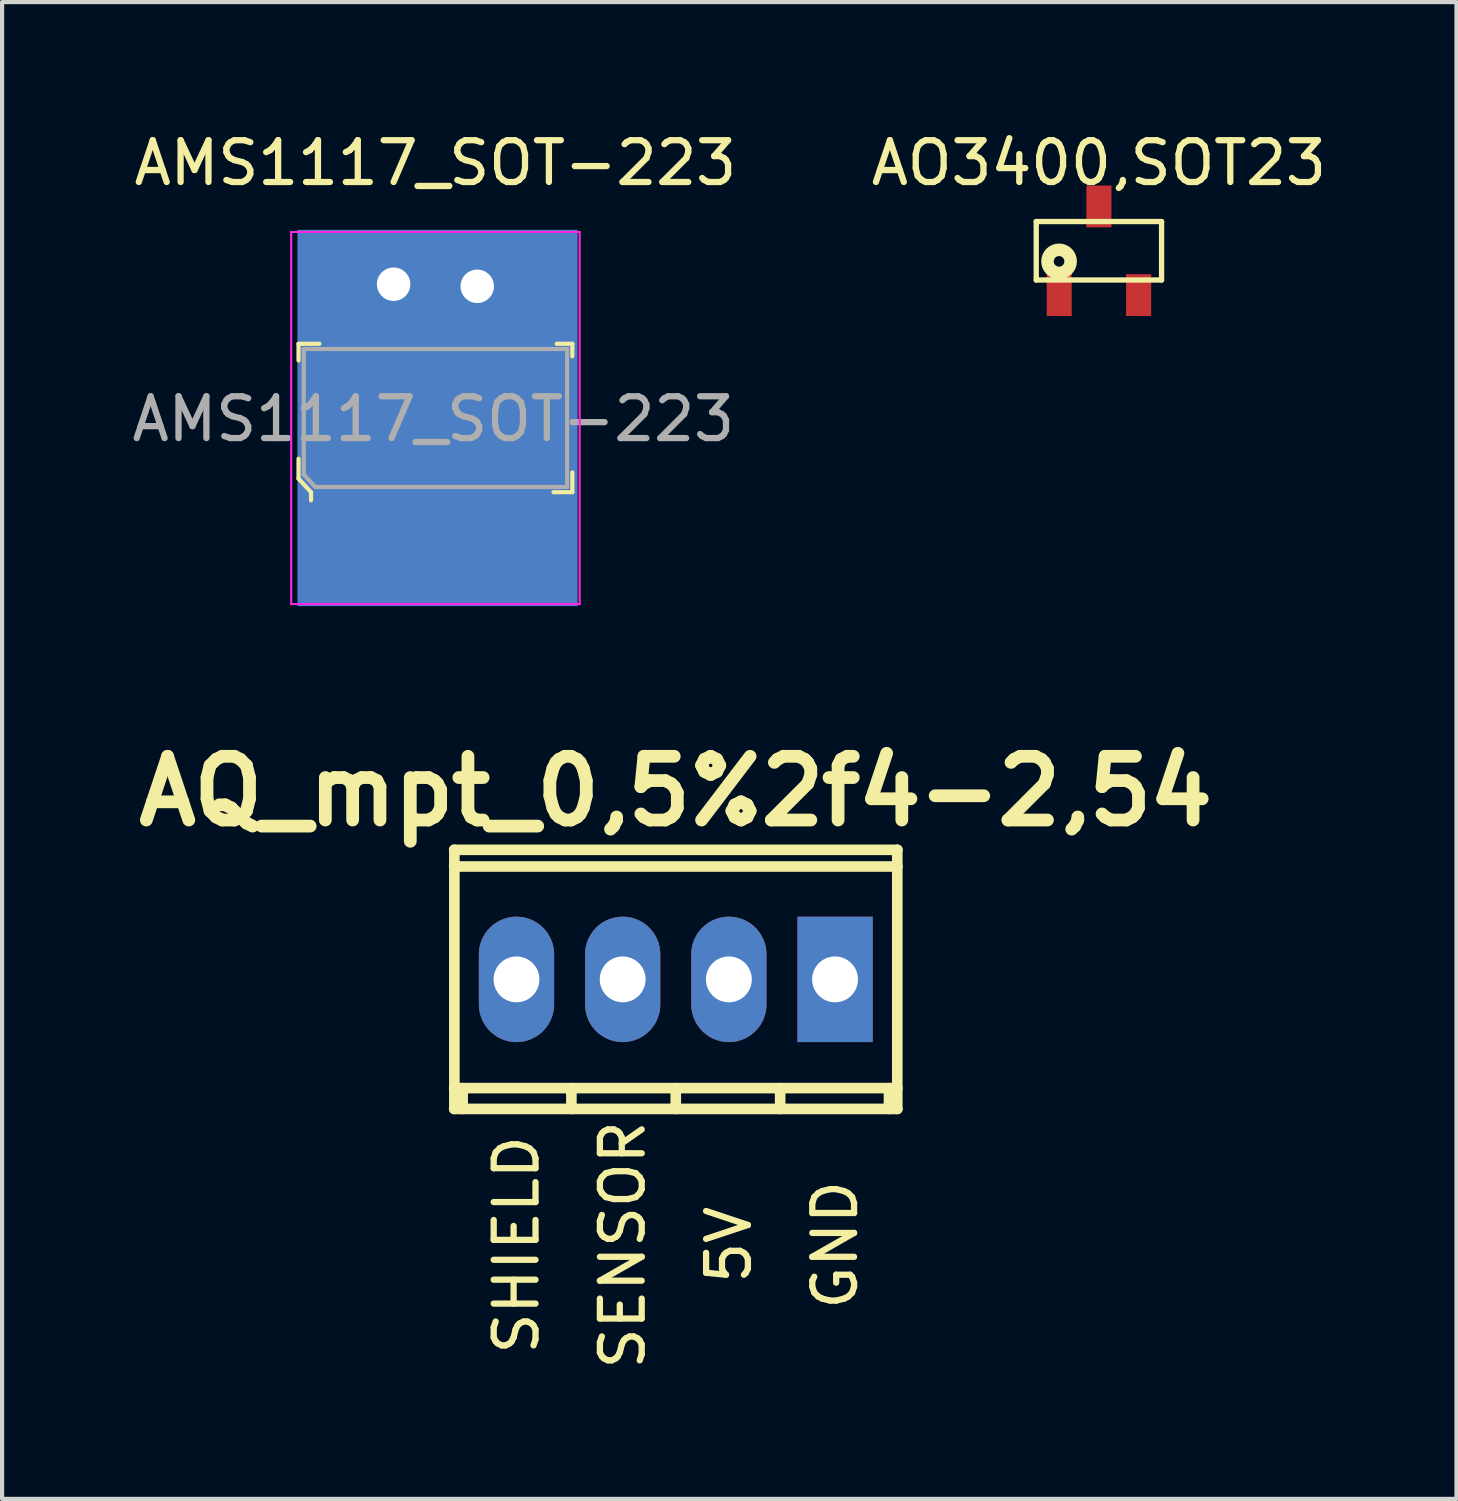
<source format=kicad_pcb>
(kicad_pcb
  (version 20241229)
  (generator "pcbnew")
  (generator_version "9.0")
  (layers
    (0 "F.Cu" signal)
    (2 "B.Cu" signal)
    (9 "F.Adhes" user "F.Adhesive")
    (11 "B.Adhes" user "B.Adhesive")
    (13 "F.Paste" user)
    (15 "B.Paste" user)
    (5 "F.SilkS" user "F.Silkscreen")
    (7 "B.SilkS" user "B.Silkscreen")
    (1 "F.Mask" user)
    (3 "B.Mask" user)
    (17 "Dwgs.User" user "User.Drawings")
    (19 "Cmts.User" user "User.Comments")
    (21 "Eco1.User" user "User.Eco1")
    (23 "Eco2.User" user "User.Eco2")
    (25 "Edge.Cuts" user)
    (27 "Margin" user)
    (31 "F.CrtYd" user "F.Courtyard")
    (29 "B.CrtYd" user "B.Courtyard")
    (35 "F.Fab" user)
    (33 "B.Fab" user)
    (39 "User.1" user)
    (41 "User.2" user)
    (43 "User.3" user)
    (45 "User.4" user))
  (footprint "AMS1117_SOT-223"
    (layer "F.Cu")
    (at 7.365 6.948)
    (property "Reference" "AMS1117_SOT-223" (at 0 -6.1 0) (layer "F.SilkS") (effects (font (size 1 1) (thickness 0.15))))
    (attr through_hole)
    (fp_line (start -3.275 -1.775) (end -3.275 -1.375) (stroke (width 0.1) (type solid)) (layer "F.SilkS"))
    (fp_line (start -3.275 0.975) (end -3.275 1.45) (stroke (width 0.1) (type solid)) (layer "F.SilkS"))
    (fp_line (start -3.275 1.45) (end -2.975 1.775) (stroke (width 0.1) (type solid)) (layer "F.SilkS"))
    (fp_line (start -2.975 1.775) (end -2.975 1.97) (stroke (width 0.1) (type solid)) (layer "F.SilkS"))
    (fp_line (start -2.775 -1.775) (end -3.275 -1.775) (stroke (width 0.1) (type solid)) (layer "F.SilkS"))
    (fp_line (start 2.9 -1.775) (end 3.275 -1.775) (stroke (width 0.1) (type solid)) (layer "F.SilkS"))
    (fp_line (start 3.275 -1.775) (end 3.275 -1.475) (stroke (width 0.1) (type solid)) (layer "F.SilkS"))
    (fp_line (start 3.275 1.3) (end 3.275 1.775) (stroke (width 0.1) (type solid)) (layer "F.SilkS"))
    (fp_line (start 3.275 1.775) (end 2.825 1.775) (stroke (width 0.1) (type solid)) (layer "F.SilkS"))
    (fp_line (start -3.45 -4.45) (end -3.45 4.45) (stroke (width 0.05) (type solid)) (layer "F.CrtYd"))
    (fp_line (start -3.45 4.45) (end 3.45 4.45) (stroke (width 0.05) (type solid)) (layer "F.CrtYd"))
    (fp_line (start 3.45 -4.45) (end -3.45 -4.45) (stroke (width 0.05) (type solid)) (layer "F.CrtYd"))
    (fp_line (start 3.45 -4.45) (end 3.45 4.45) (stroke (width 0.05) (type solid)) (layer "F.CrtYd"))
    (fp_line (start -3.15 -1.65) (end 3.15 -1.65) (stroke (width 0.1) (type solid)) (layer "F.Fab"))
    (fp_line (start -3.15 1.35) (end -3.15 -1.65) (stroke (width 0.1) (type solid)) (layer "F.Fab"))
    (fp_line (start -3.15 1.35) (end -2.875 1.65) (stroke (width 0.1) (type solid)) (layer "F.Fab"))
    (fp_line (start 3.15 -1.65) (end 3.15 1.65) (stroke (width 0.1) (type solid)) (layer "F.Fab"))
    (fp_line (start 3.15 1.65) (end -2.875 1.65) (stroke (width 0.1) (type solid)) (layer "F.Fab"))
    (fp_text user "${REFERENCE}" (at -0.05 0.025 0) (layer "F.Fab") (effects (font (size 1 1) (thickness 0.15))))
    (pad "" thru_hole circle (at -1 -3.2) (size 1 1) (drill 0.8) (layers "*.Cu"))
    (pad "" thru_hole circle (at 1 -3.15) (size 1 1) (drill 0.8) (layers "*.Cu"))
    (pad "1" smd rect (at -2.3 3.15) (size 1.8 2.5) (layers "F.Cu" "F.Mask" "F.Paste"))
    (pad "2" smd rect (at 0 -3.15) (size 3.8 2.2) (layers "F.Cu" "F.Mask" "F.Paste"))
    (pad "2" smd rect (at 0 3.15) (size 1.8 2.5) (layers "F.Cu" "F.Mask" "F.Paste"))
    (pad "2" smd rect (at 0.05 0) (size 6.7 9) (layers "B.Cu"))
    (pad "3" smd rect (at 2.3 3.15) (size 1.8 2.5) (layers "F.Cu" "F.Mask" "F.Paste")))
  (footprint "AO3400,SOT23"
    (layer "F.Cu")
    (at 23.235 2.948)
    (property "Reference" "AO3400,SOT23" (at 0 -2.1 0) (layer "F.SilkS") (effects (font (size 1 1) (thickness 0.15))))
    (attr through_hole)
    (fp_line (start -1.499 -0.699) (end 1.499 -0.699) (stroke (width 0.127) (type solid)) (layer "F.SilkS"))
    (fp_line (start -1.499 0.699) (end -1.499 -0.699) (stroke (width 0.127) (type solid)) (layer "F.SilkS"))
    (fp_line (start 1.499 -0.699) (end 1.499 0.699) (stroke (width 0.127) (type solid)) (layer "F.SilkS"))
    (fp_line (start 1.499 0.699) (end -1.499 0.699) (stroke (width 0.127) (type solid)) (layer "F.SilkS"))
    (fp_circle (center -0.953 0.254) (end -0.826 0.254) (stroke (width 0.3) (type solid)) (fill no) (layer "F.SilkS"))
    (pad "D" smd rect (at 0 -1.06) (size 0.6 1) (layers "F.Cu" "F.Mask" "F.Paste"))
    (pad "G" smd rect (at -0.95 1.06) (size 0.6 1) (layers "F.Cu" "F.Mask" "F.Paste"))
    (pad "S" smd rect (at 0.95 1.06) (size 0.6 1) (layers "F.Cu" "F.Mask" "F.Paste")))
  (footprint "AQ_mpt_0,5%2f4-2,54"
    (layer "F.Cu")
    (at 13.114 20.376)
    (property "Reference" "AQ_mpt_0,5%2f4-2,54" (at 0 -4.501 0) (layer "F.SilkS") (effects (font (size 1.524 1.524) (thickness 0.305))))
    (attr through_hole)
    (fp_line (start -5.301 -2.7) (end 5.301 -2.7) (stroke (width 0.254) (type solid)) (layer "F.SilkS"))
    (fp_line (start -5.301 2.601) (end 5.301 2.601) (stroke (width 0.254) (type solid)) (layer "F.SilkS"))
    (fp_line (start -5.296 -3.099) (end -5.296 3.099) (stroke (width 0.254) (type solid)) (layer "F.SilkS"))
    (fp_line (start -5.098 3.099) (end -5.098 2.601) (stroke (width 0.254) (type solid)) (layer "F.SilkS"))
    (fp_line (start -2.497 3.099) (end -2.497 2.601) (stroke (width 0.254) (type solid)) (layer "F.SilkS"))
    (fp_line (start 0 2.601) (end 0 3.099) (stroke (width 0.254) (type solid)) (layer "F.SilkS"))
    (fp_line (start 2.497 2.601) (end 2.497 3.099) (stroke (width 0.254) (type solid)) (layer "F.SilkS"))
    (fp_line (start 5.1 2.601) (end 5.1 3.099) (stroke (width 0.254) (type solid)) (layer "F.SilkS"))
    (fp_line (start 5.298 3.099) (end 5.298 -3.099) (stroke (width 0.254) (type solid)) (layer "F.SilkS"))
    (fp_line (start 5.301 -3.099) (end -5.301 -3.099) (stroke (width 0.254) (type solid)) (layer "F.SilkS"))
    (fp_line (start 5.301 3.099) (end -5.301 3.099) (stroke (width 0.254) (type solid)) (layer "F.SilkS"))
    (fp_text user "SHIELD" (at -3.81 6.35 90) (layer "F.SilkS") (effects (font (size 1 1) (thickness 0.15))))
    (fp_text user "SENSOR" (at -1.27 6.35 90) (layer "F.SilkS") (effects (font (size 1 1) (thickness 0.15))))
    (fp_text user "GND" (at 3.81 6.35 90) (layer "F.SilkS") (effects (font (size 1 1) (thickness 0.15))))
    (fp_text user "5V" (at 1.27 6.35 90) (layer "F.SilkS") (effects (font (size 1 1) (thickness 0.15))))
    (pad "1" thru_hole rect (at 3.81 0) (size 1.8 3) (drill 1.097) (layers "*.Cu" "*.Mask"))
    (pad "2" thru_hole oval (at 1.27 0) (size 1.8 3) (drill 1.097) (layers "*.Cu" "*.Mask"))
    (pad "3" thru_hole oval (at -1.27 0) (size 1.8 3) (drill 1.097) (layers "*.Cu" "*.Mask"))
    (pad "4" thru_hole oval (at -3.81 0) (size 1.8 3) (drill 1.097) (layers "*.Cu" "*.Mask")))
  (gr_rect
    (start -3 -3)
    (end 31.788 32.803)
    (stroke (width 0.1) (type default))
    (fill no)
    (layer "Edge.Cuts")))
</source>
